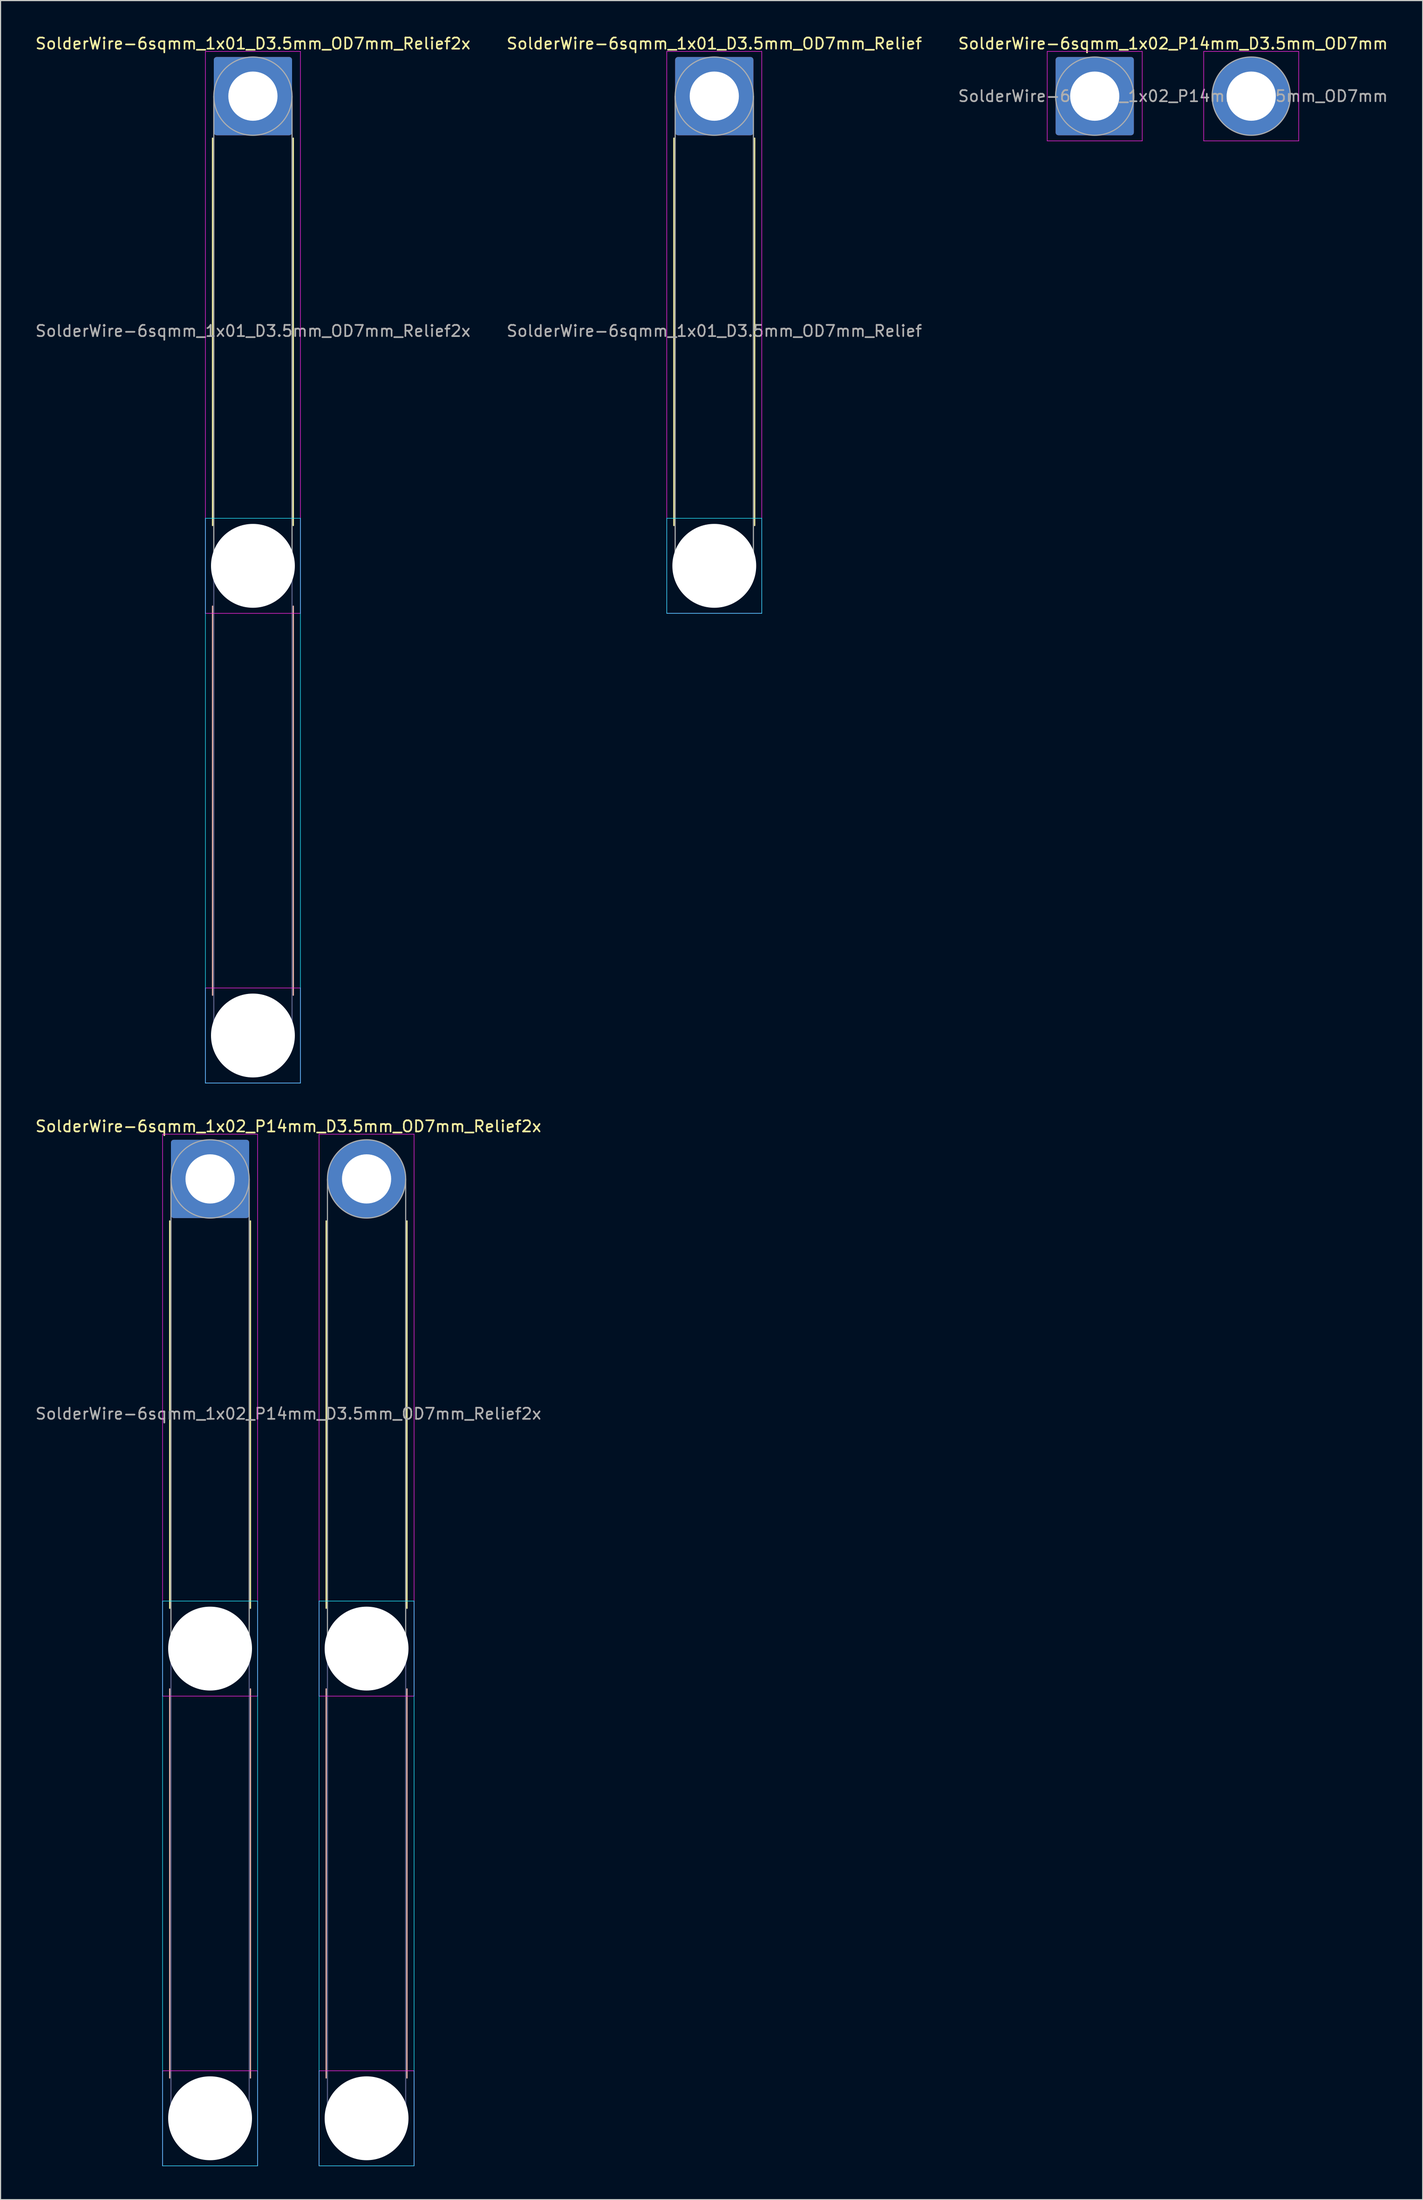
<source format=kicad_pcb>
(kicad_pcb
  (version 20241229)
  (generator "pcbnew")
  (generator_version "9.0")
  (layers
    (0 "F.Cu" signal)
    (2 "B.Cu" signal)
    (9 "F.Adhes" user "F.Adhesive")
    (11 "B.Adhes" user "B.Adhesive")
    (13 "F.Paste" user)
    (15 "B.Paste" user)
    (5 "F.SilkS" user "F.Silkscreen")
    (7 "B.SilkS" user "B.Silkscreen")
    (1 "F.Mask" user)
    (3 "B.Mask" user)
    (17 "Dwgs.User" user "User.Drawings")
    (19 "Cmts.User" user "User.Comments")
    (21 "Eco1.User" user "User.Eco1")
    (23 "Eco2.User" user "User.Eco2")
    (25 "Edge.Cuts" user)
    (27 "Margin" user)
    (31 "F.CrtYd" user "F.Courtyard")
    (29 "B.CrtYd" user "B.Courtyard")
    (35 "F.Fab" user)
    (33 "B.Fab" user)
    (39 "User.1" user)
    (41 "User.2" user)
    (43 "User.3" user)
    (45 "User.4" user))
  (footprint "SolderWire-6sqmm_1x02_P14mm_D3.5mm_OD7mm_Relief2x"
    (layer "F.Cu")
    (at 15.744 102.371)
    (property "Reference" "SolderWire-6sqmm_1x02_P14mm_D3.5mm_OD7mm_Relief2x" (at 7 -4.7 0) (layer "F.SilkS") (effects (font (size 1 1) (thickness 0.15))))
    (attr exclude_from_pos_files exclude_from_bom)
    (fp_line (start -3.61 3.76) (end -3.61 38.39) (stroke (width 0.12) (type solid)) (layer "F.SilkS"))
    (fp_line (start 3.61 3.76) (end 3.61 38.39) (stroke (width 0.12) (type solid)) (layer "F.SilkS"))
    (fp_line (start 10.39 3.76) (end 10.39 38.39) (stroke (width 0.12) (type solid)) (layer "F.SilkS"))
    (fp_line (start 17.61 3.76) (end 17.61 38.39) (stroke (width 0.12) (type solid)) (layer "F.SilkS"))
    (fp_line (start -3.61 45.61) (end -3.61 80.39) (stroke (width 0.12) (type solid)) (layer "B.SilkS"))
    (fp_line (start 3.61 45.61) (end 3.61 80.39) (stroke (width 0.12) (type solid)) (layer "B.SilkS"))
    (fp_line (start 10.39 45.61) (end 10.39 80.39) (stroke (width 0.12) (type solid)) (layer "B.SilkS"))
    (fp_line (start 17.61 45.61) (end 17.61 80.39) (stroke (width 0.12) (type solid)) (layer "B.SilkS"))
    (fp_line (start -4.25 37.75) (end -4.25 88.25) (stroke (width 0.05) (type solid)) (layer "B.CrtYd"))
    (fp_line (start -4.25 88.25) (end 4.25 88.25) (stroke (width 0.05) (type solid)) (layer "B.CrtYd"))
    (fp_line (start 4.25 37.75) (end -4.25 37.75) (stroke (width 0.05) (type solid)) (layer "B.CrtYd"))
    (fp_line (start 4.25 88.25) (end 4.25 37.75) (stroke (width 0.05) (type solid)) (layer "B.CrtYd"))
    (fp_line (start 9.75 37.75) (end 9.75 88.25) (stroke (width 0.05) (type solid)) (layer "B.CrtYd"))
    (fp_line (start 9.75 88.25) (end 18.25 88.25) (stroke (width 0.05) (type solid)) (layer "B.CrtYd"))
    (fp_line (start 18.25 37.75) (end 9.75 37.75) (stroke (width 0.05) (type solid)) (layer "B.CrtYd"))
    (fp_line (start 18.25 88.25) (end 18.25 37.75) (stroke (width 0.05) (type solid)) (layer "B.CrtYd"))
    (fp_line (start -4.25 -4) (end -4.25 46.25) (stroke (width 0.05) (type solid)) (layer "F.CrtYd"))
    (fp_line (start -4.25 46.25) (end 4.25 46.25) (stroke (width 0.05) (type solid)) (layer "F.CrtYd"))
    (fp_line (start -4.25 79.75) (end -4.25 88.25) (stroke (width 0.05) (type solid)) (layer "F.CrtYd"))
    (fp_line (start -4.25 88.25) (end 4.25 88.25) (stroke (width 0.05) (type solid)) (layer "F.CrtYd"))
    (fp_line (start 4.25 -4) (end -4.25 -4) (stroke (width 0.05) (type solid)) (layer "F.CrtYd"))
    (fp_line (start 4.25 46.25) (end 4.25 -4) (stroke (width 0.05) (type solid)) (layer "F.CrtYd"))
    (fp_line (start 4.25 79.75) (end -4.25 79.75) (stroke (width 0.05) (type solid)) (layer "F.CrtYd"))
    (fp_line (start 4.25 88.25) (end 4.25 79.75) (stroke (width 0.05) (type solid)) (layer "F.CrtYd"))
    (fp_line (start 9.75 -4) (end 9.75 46.25) (stroke (width 0.05) (type solid)) (layer "F.CrtYd"))
    (fp_line (start 9.75 46.25) (end 18.25 46.25) (stroke (width 0.05) (type solid)) (layer "F.CrtYd"))
    (fp_line (start 9.75 79.75) (end 9.75 88.25) (stroke (width 0.05) (type solid)) (layer "F.CrtYd"))
    (fp_line (start 9.75 88.25) (end 18.25 88.25) (stroke (width 0.05) (type solid)) (layer "F.CrtYd"))
    (fp_line (start 18.25 -4) (end 9.75 -4) (stroke (width 0.05) (type solid)) (layer "F.CrtYd"))
    (fp_line (start 18.25 46.25) (end 18.25 -4) (stroke (width 0.05) (type solid)) (layer "F.CrtYd"))
    (fp_line (start 18.25 79.75) (end 9.75 79.75) (stroke (width 0.05) (type solid)) (layer "F.CrtYd"))
    (fp_line (start 18.25 88.25) (end 18.25 79.75) (stroke (width 0.05) (type solid)) (layer "F.CrtYd"))
    (fp_line (start -3.5 42) (end -3.5 84) (stroke (width 0.1) (type solid)) (layer "B.Fab"))
    (fp_line (start 3.5 42) (end 3.5 84) (stroke (width 0.1) (type solid)) (layer "B.Fab"))
    (fp_line (start 10.5 42) (end 10.5 84) (stroke (width 0.1) (type solid)) (layer "B.Fab"))
    (fp_line (start 17.5 42) (end 17.5 84) (stroke (width 0.1) (type solid)) (layer "B.Fab"))
    (fp_circle (center 0 42) (end 3.5 42) (stroke (width 0.1) (type solid)) (fill no) (layer "B.Fab"))
    (fp_circle (center 0 84) (end 3.5 84) (stroke (width 0.1) (type solid)) (fill no) (layer "B.Fab"))
    (fp_circle (center 14 42) (end 17.5 42) (stroke (width 0.1) (type solid)) (fill no) (layer "B.Fab"))
    (fp_circle (center 14 84) (end 17.5 84) (stroke (width 0.1) (type solid)) (fill no) (layer "B.Fab"))
    (fp_line (start -3.5 0) (end -3.5 42) (stroke (width 0.1) (type solid)) (layer "F.Fab"))
    (fp_line (start 3.5 0) (end 3.5 42) (stroke (width 0.1) (type solid)) (layer "F.Fab"))
    (fp_line (start 10.5 0) (end 10.5 42) (stroke (width 0.1) (type solid)) (layer "F.Fab"))
    (fp_line (start 17.5 0) (end 17.5 42) (stroke (width 0.1) (type solid)) (layer "F.Fab"))
    (fp_circle (center 0 0) (end 3.5 0) (stroke (width 0.1) (type solid)) (fill no) (layer "F.Fab"))
    (fp_circle (center 0 42) (end 3.5 42) (stroke (width 0.1) (type solid)) (fill no) (layer "F.Fab"))
    (fp_circle (center 0 84) (end 3.5 84) (stroke (width 0.1) (type solid)) (fill no) (layer "F.Fab"))
    (fp_circle (center 14 0) (end 17.5 0) (stroke (width 0.1) (type solid)) (fill no) (layer "F.Fab"))
    (fp_circle (center 14 42) (end 17.5 42) (stroke (width 0.1) (type solid)) (fill no) (layer "F.Fab"))
    (fp_circle (center 14 84) (end 17.5 84) (stroke (width 0.1) (type solid)) (fill no) (layer "F.Fab"))
    (fp_text user "${REFERENCE}" (at 7 21 0) (layer "F.Fab") (effects (font (size 1 1) (thickness 0.15))))
    (pad "" np_thru_hole circle (at 0 42) (size 7.5 7.5) (drill 7.5) (layers "*.Cu" "*.Mask"))
    (pad "" np_thru_hole circle (at 0 84) (size 7.5 7.5) (drill 7.5) (layers "*.Cu" "*.Mask"))
    (pad "" np_thru_hole circle (at 14 42) (size 7.5 7.5) (drill 7.5) (layers "*.Cu" "*.Mask"))
    (pad "" np_thru_hole circle (at 14 84) (size 7.5 7.5) (drill 7.5) (layers "*.Cu" "*.Mask"))
    (pad "1" thru_hole roundrect (at 0 0) (size 7 7) (drill 4.4) (layers "*.Cu" "*.Mask") (roundrect_rratio 0.036))
    (pad "2" thru_hole circle (at 14 0) (size 7 7) (drill 4.4) (layers "*.Cu" "*.Mask")))
  (footprint "SolderWire-6sqmm_1x01_D3.5mm_OD7mm_Relief2x"
    (layer "F.Cu")
    (at 19.577 5.548)
    (property "Reference" "SolderWire-6sqmm_1x01_D3.5mm_OD7mm_Relief2x" (at 0 -4.7 0) (layer "F.SilkS") (effects (font (size 1 1) (thickness 0.15))))
    (attr exclude_from_pos_files exclude_from_bom)
    (fp_line (start -3.61 3.76) (end -3.61 38.39) (stroke (width 0.12) (type solid)) (layer "F.SilkS"))
    (fp_line (start 3.61 3.76) (end 3.61 38.39) (stroke (width 0.12) (type solid)) (layer "F.SilkS"))
    (fp_line (start -3.61 45.61) (end -3.61 80.39) (stroke (width 0.12) (type solid)) (layer "B.SilkS"))
    (fp_line (start 3.61 45.61) (end 3.61 80.39) (stroke (width 0.12) (type solid)) (layer "B.SilkS"))
    (fp_line (start -4.25 37.75) (end -4.25 88.25) (stroke (width 0.05) (type solid)) (layer "B.CrtYd"))
    (fp_line (start -4.25 88.25) (end 4.25 88.25) (stroke (width 0.05) (type solid)) (layer "B.CrtYd"))
    (fp_line (start 4.25 37.75) (end -4.25 37.75) (stroke (width 0.05) (type solid)) (layer "B.CrtYd"))
    (fp_line (start 4.25 88.25) (end 4.25 37.75) (stroke (width 0.05) (type solid)) (layer "B.CrtYd"))
    (fp_line (start -4.25 -4) (end -4.25 46.25) (stroke (width 0.05) (type solid)) (layer "F.CrtYd"))
    (fp_line (start -4.25 46.25) (end 4.25 46.25) (stroke (width 0.05) (type solid)) (layer "F.CrtYd"))
    (fp_line (start -4.25 79.75) (end -4.25 88.25) (stroke (width 0.05) (type solid)) (layer "F.CrtYd"))
    (fp_line (start -4.25 88.25) (end 4.25 88.25) (stroke (width 0.05) (type solid)) (layer "F.CrtYd"))
    (fp_line (start 4.25 -4) (end -4.25 -4) (stroke (width 0.05) (type solid)) (layer "F.CrtYd"))
    (fp_line (start 4.25 46.25) (end 4.25 -4) (stroke (width 0.05) (type solid)) (layer "F.CrtYd"))
    (fp_line (start 4.25 79.75) (end -4.25 79.75) (stroke (width 0.05) (type solid)) (layer "F.CrtYd"))
    (fp_line (start 4.25 88.25) (end 4.25 79.75) (stroke (width 0.05) (type solid)) (layer "F.CrtYd"))
    (fp_line (start -3.5 42) (end -3.5 84) (stroke (width 0.1) (type solid)) (layer "B.Fab"))
    (fp_line (start 3.5 42) (end 3.5 84) (stroke (width 0.1) (type solid)) (layer "B.Fab"))
    (fp_circle (center 0 42) (end 3.5 42) (stroke (width 0.1) (type solid)) (fill no) (layer "B.Fab"))
    (fp_circle (center 0 84) (end 3.5 84) (stroke (width 0.1) (type solid)) (fill no) (layer "B.Fab"))
    (fp_line (start -3.5 0) (end -3.5 42) (stroke (width 0.1) (type solid)) (layer "F.Fab"))
    (fp_line (start 3.5 0) (end 3.5 42) (stroke (width 0.1) (type solid)) (layer "F.Fab"))
    (fp_circle (center 0 0) (end 3.5 0) (stroke (width 0.1) (type solid)) (fill no) (layer "F.Fab"))
    (fp_circle (center 0 42) (end 3.5 42) (stroke (width 0.1) (type solid)) (fill no) (layer "F.Fab"))
    (fp_circle (center 0 84) (end 3.5 84) (stroke (width 0.1) (type solid)) (fill no) (layer "F.Fab"))
    (fp_text user "${REFERENCE}" (at 0 21 0) (layer "F.Fab") (effects (font (size 1 1) (thickness 0.15))))
    (pad "" np_thru_hole circle (at 0 42) (size 7.5 7.5) (drill 7.5) (layers "*.Cu" "*.Mask"))
    (pad "" np_thru_hole circle (at 0 84) (size 7.5 7.5) (drill 7.5) (layers "*.Cu" "*.Mask"))
    (pad "1" thru_hole roundrect (at 0 0) (size 7 7) (drill 4.4) (layers "*.Cu" "*.Mask") (roundrect_rratio 0.036)))
  (footprint "SolderWire-6sqmm_1x01_D3.5mm_OD7mm_Relief"
    (layer "F.Cu")
    (at 60.851 5.548)
    (property "Reference" "SolderWire-6sqmm_1x01_D3.5mm_OD7mm_Relief" (at 0 -4.7 0) (layer "F.SilkS") (effects (font (size 1 1) (thickness 0.15))))
    (attr exclude_from_pos_files exclude_from_bom)
    (fp_line (start -3.61 3.76) (end -3.61 38.39) (stroke (width 0.12) (type solid)) (layer "F.SilkS"))
    (fp_line (start 3.61 3.76) (end 3.61 38.39) (stroke (width 0.12) (type solid)) (layer "F.SilkS"))
    (fp_line (start -4.25 37.75) (end -4.25 46.25) (stroke (width 0.05) (type solid)) (layer "B.CrtYd"))
    (fp_line (start -4.25 46.25) (end 4.25 46.25) (stroke (width 0.05) (type solid)) (layer "B.CrtYd"))
    (fp_line (start 4.25 37.75) (end -4.25 37.75) (stroke (width 0.05) (type solid)) (layer "B.CrtYd"))
    (fp_line (start 4.25 46.25) (end 4.25 37.75) (stroke (width 0.05) (type solid)) (layer "B.CrtYd"))
    (fp_line (start -4.25 -4) (end -4.25 46.25) (stroke (width 0.05) (type solid)) (layer "F.CrtYd"))
    (fp_line (start -4.25 46.25) (end 4.25 46.25) (stroke (width 0.05) (type solid)) (layer "F.CrtYd"))
    (fp_line (start 4.25 -4) (end -4.25 -4) (stroke (width 0.05) (type solid)) (layer "F.CrtYd"))
    (fp_line (start 4.25 46.25) (end 4.25 -4) (stroke (width 0.05) (type solid)) (layer "F.CrtYd"))
    (fp_line (start -3.5 0) (end -3.5 42) (stroke (width 0.1) (type solid)) (layer "F.Fab"))
    (fp_line (start 3.5 0) (end 3.5 42) (stroke (width 0.1) (type solid)) (layer "F.Fab"))
    (fp_circle (center 0 0) (end 3.5 0) (stroke (width 0.1) (type solid)) (fill no) (layer "F.Fab"))
    (fp_circle (center 0 42) (end 3.5 42) (stroke (width 0.1) (type solid)) (fill no) (layer "F.Fab"))
    (fp_text user "${REFERENCE}" (at 0 21 0) (layer "F.Fab") (effects (font (size 1 1) (thickness 0.15))))
    (pad "" np_thru_hole circle (at 0 42) (size 7.5 7.5) (drill 7.5) (layers "*.Cu" "*.Mask"))
    (pad "1" thru_hole roundrect (at 0 0) (size 7 7) (drill 4.4) (layers "*.Cu" "*.Mask") (roundrect_rratio 0.036)))
  (footprint "SolderWire-6sqmm_1x02_P14mm_D3.5mm_OD7mm"
    (layer "F.Cu")
    (at 94.887 5.548)
    (property "Reference" "SolderWire-6sqmm_1x02_P14mm_D3.5mm_OD7mm" (at 7 -4.7 0) (layer "F.SilkS") (effects (font (size 1 1) (thickness 0.15))))
    (attr exclude_from_pos_files exclude_from_bom)
    (fp_line (start -4.25 -4) (end -4.25 4) (stroke (width 0.05) (type solid)) (layer "F.CrtYd"))
    (fp_line (start -4.25 4) (end 4.25 4) (stroke (width 0.05) (type solid)) (layer "F.CrtYd"))
    (fp_line (start 4.25 -4) (end -4.25 -4) (stroke (width 0.05) (type solid)) (layer "F.CrtYd"))
    (fp_line (start 4.25 4) (end 4.25 -4) (stroke (width 0.05) (type solid)) (layer "F.CrtYd"))
    (fp_line (start 9.75 -4) (end 9.75 4) (stroke (width 0.05) (type solid)) (layer "F.CrtYd"))
    (fp_line (start 9.75 4) (end 18.25 4) (stroke (width 0.05) (type solid)) (layer "F.CrtYd"))
    (fp_line (start 18.25 -4) (end 9.75 -4) (stroke (width 0.05) (type solid)) (layer "F.CrtYd"))
    (fp_line (start 18.25 4) (end 18.25 -4) (stroke (width 0.05) (type solid)) (layer "F.CrtYd"))
    (fp_circle (center 0 0) (end 3.5 0) (stroke (width 0.1) (type solid)) (fill no) (layer "F.Fab"))
    (fp_circle (center 14 0) (end 17.5 0) (stroke (width 0.1) (type solid)) (fill no) (layer "F.Fab"))
    (fp_text user "${REFERENCE}" (at 7 0 0) (layer "F.Fab") (effects (font (size 1 1) (thickness 0.15))))
    (pad "1" thru_hole roundrect (at 0 0) (size 7 7) (drill 4.4) (layers "*.Cu" "*.Mask") (roundrect_rratio 0.036))
    (pad "2" thru_hole circle (at 14 0) (size 7 7) (drill 4.4) (layers "*.Cu" "*.Mask")))
  (gr_rect
    (start -3 -3)
    (end 124.226 193.647)
    (stroke (width 0.1) (type default))
    (fill no)
    (layer "Edge.Cuts")))
</source>
